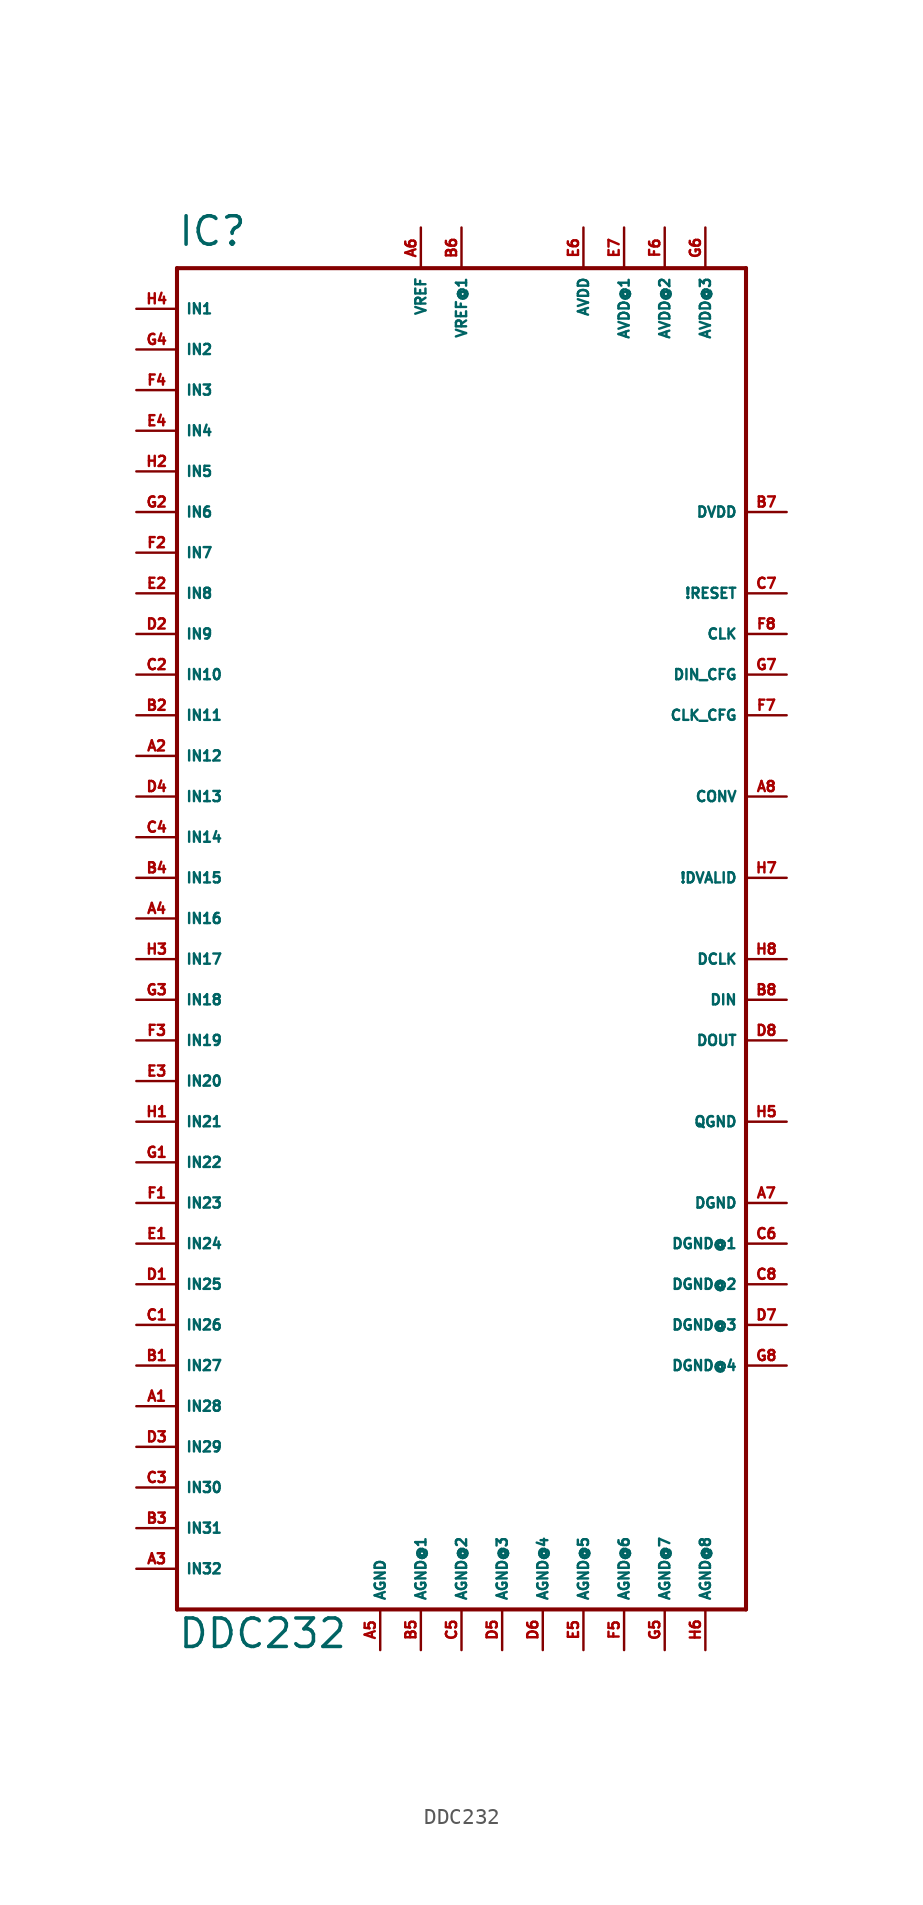
<source format=kicad_sym>
(kicad_symbol_lib
  (version 20220914)
  (generator Eagle2Kicad)
  (symbol "DDC232"
    (property "Reference" "IC"
      (at -17.78 41.91 0)
      (effects (font (size 1.778 1.778) (thickness 0.22)) (justify left bottom)))
    (property "Value" "DDC232"
      (at -17.78 -45.72 0)
      (effects (font (size 1.778 1.778) (thickness 0.22)) (justify left bottom)))
    (polyline
      (pts (xy -17.78 40.64) (xy 17.78 40.64))
      (stroke (width 0.254) (type default))
      (fill (type none)))
    (polyline
      (pts (xy 17.78 40.64) (xy 17.78 -43.18))
      (stroke (width 0.254) (type default))
      (fill (type none)))
    (polyline
      (pts (xy 17.78 -43.18) (xy -17.78 -43.18))
      (stroke (width 0.254) (type default))
      (fill (type none)))
    (polyline
      (pts (xy -17.78 -43.18) (xy -17.78 40.64))
      (stroke (width 0.254) (type default))
      (fill (type none)))
    (pin input line
      (at -20.32 38.1 0)
      (length 2.54)
      (name "IN1" (effects (font (size 0.635 0.635) (thickness 0.08)) (justify left bottom)))
      (number "H4" (effects (font (size 0.635 0.635) (thickness 0.08)) (justify left bottom))))
    (pin input line
      (at -20.32 35.56 0)
      (length 2.54)
      (name "IN2" (effects (font (size 0.635 0.635) (thickness 0.08)) (justify left bottom)))
      (number "G4" (effects (font (size 0.635 0.635) (thickness 0.08)) (justify left bottom))))
    (pin input line
      (at -20.32 33.02 0)
      (length 2.54)
      (name "IN3" (effects (font (size 0.635 0.635) (thickness 0.08)) (justify left bottom)))
      (number "F4" (effects (font (size 0.635 0.635) (thickness 0.08)) (justify left bottom))))
    (pin input line
      (at -20.32 30.48 0)
      (length 2.54)
      (name "IN4" (effects (font (size 0.635 0.635) (thickness 0.08)) (justify left bottom)))
      (number "E4" (effects (font (size 0.635 0.635) (thickness 0.08)) (justify left bottom))))
    (pin input line
      (at -20.32 27.94 0)
      (length 2.54)
      (name "IN5" (effects (font (size 0.635 0.635) (thickness 0.08)) (justify left bottom)))
      (number "H2" (effects (font (size 0.635 0.635) (thickness 0.08)) (justify left bottom))))
    (pin input line
      (at -20.32 25.4 0)
      (length 2.54)
      (name "IN6" (effects (font (size 0.635 0.635) (thickness 0.08)) (justify left bottom)))
      (number "G2" (effects (font (size 0.635 0.635) (thickness 0.08)) (justify left bottom))))
    (pin input line
      (at -20.32 22.86 0)
      (length 2.54)
      (name "IN7" (effects (font (size 0.635 0.635) (thickness 0.08)) (justify left bottom)))
      (number "F2" (effects (font (size 0.635 0.635) (thickness 0.08)) (justify left bottom))))
    (pin input line
      (at -20.32 20.32 0)
      (length 2.54)
      (name "IN8" (effects (font (size 0.635 0.635) (thickness 0.08)) (justify left bottom)))
      (number "E2" (effects (font (size 0.635 0.635) (thickness 0.08)) (justify left bottom))))
    (pin input line
      (at -20.32 17.78 0)
      (length 2.54)
      (name "IN9" (effects (font (size 0.635 0.635) (thickness 0.08)) (justify left bottom)))
      (number "D2" (effects (font (size 0.635 0.635) (thickness 0.08)) (justify left bottom))))
    (pin input line
      (at -20.32 15.24 0)
      (length 2.54)
      (name "IN10" (effects (font (size 0.635 0.635) (thickness 0.08)) (justify left bottom)))
      (number "C2" (effects (font (size 0.635 0.635) (thickness 0.08)) (justify left bottom))))
    (pin input line
      (at -20.32 12.7 0)
      (length 2.54)
      (name "IN11" (effects (font (size 0.635 0.635) (thickness 0.08)) (justify left bottom)))
      (number "B2" (effects (font (size 0.635 0.635) (thickness 0.08)) (justify left bottom))))
    (pin input line
      (at -20.32 10.16 0)
      (length 2.54)
      (name "IN12" (effects (font (size 0.635 0.635) (thickness 0.08)) (justify left bottom)))
      (number "A2" (effects (font (size 0.635 0.635) (thickness 0.08)) (justify left bottom))))
    (pin input line
      (at -20.32 7.62 0)
      (length 2.54)
      (name "IN13" (effects (font (size 0.635 0.635) (thickness 0.08)) (justify left bottom)))
      (number "D4" (effects (font (size 0.635 0.635) (thickness 0.08)) (justify left bottom))))
    (pin input line
      (at -20.32 5.08 0)
      (length 2.54)
      (name "IN14" (effects (font (size 0.635 0.635) (thickness 0.08)) (justify left bottom)))
      (number "C4" (effects (font (size 0.635 0.635) (thickness 0.08)) (justify left bottom))))
    (pin input line
      (at -20.32 2.54 0)
      (length 2.54)
      (name "IN15" (effects (font (size 0.635 0.635) (thickness 0.08)) (justify left bottom)))
      (number "B4" (effects (font (size 0.635 0.635) (thickness 0.08)) (justify left bottom))))
    (pin input line
      (at -20.32 0 0)
      (length 2.54)
      (name "IN16" (effects (font (size 0.635 0.635) (thickness 0.08)) (justify left bottom)))
      (number "A4" (effects (font (size 0.635 0.635) (thickness 0.08)) (justify left bottom))))
    (pin input line
      (at -20.32 -2.54 0)
      (length 2.54)
      (name "IN17" (effects (font (size 0.635 0.635) (thickness 0.08)) (justify left bottom)))
      (number "H3" (effects (font (size 0.635 0.635) (thickness 0.08)) (justify left bottom))))
    (pin input line
      (at -20.32 -5.08 0)
      (length 2.54)
      (name "IN18" (effects (font (size 0.635 0.635) (thickness 0.08)) (justify left bottom)))
      (number "G3" (effects (font (size 0.635 0.635) (thickness 0.08)) (justify left bottom))))
    (pin input line
      (at -20.32 -7.62 0)
      (length 2.54)
      (name "IN19" (effects (font (size 0.635 0.635) (thickness 0.08)) (justify left bottom)))
      (number "F3" (effects (font (size 0.635 0.635) (thickness 0.08)) (justify left bottom))))
    (pin input line
      (at -20.32 -10.16 0)
      (length 2.54)
      (name "IN20" (effects (font (size 0.635 0.635) (thickness 0.08)) (justify left bottom)))
      (number "E3" (effects (font (size 0.635 0.635) (thickness 0.08)) (justify left bottom))))
    (pin input line
      (at -20.32 -12.7 0)
      (length 2.54)
      (name "IN21" (effects (font (size 0.635 0.635) (thickness 0.08)) (justify left bottom)))
      (number "H1" (effects (font (size 0.635 0.635) (thickness 0.08)) (justify left bottom))))
    (pin input line
      (at -20.32 -15.24 0)
      (length 2.54)
      (name "IN22" (effects (font (size 0.635 0.635) (thickness 0.08)) (justify left bottom)))
      (number "G1" (effects (font (size 0.635 0.635) (thickness 0.08)) (justify left bottom))))
    (pin input line
      (at -20.32 -17.78 0)
      (length 2.54)
      (name "IN23" (effects (font (size 0.635 0.635) (thickness 0.08)) (justify left bottom)))
      (number "F1" (effects (font (size 0.635 0.635) (thickness 0.08)) (justify left bottom))))
    (pin input line
      (at -20.32 -20.32 0)
      (length 2.54)
      (name "IN24" (effects (font (size 0.635 0.635) (thickness 0.08)) (justify left bottom)))
      (number "E1" (effects (font (size 0.635 0.635) (thickness 0.08)) (justify left bottom))))
    (pin input line
      (at -20.32 -22.86 0)
      (length 2.54)
      (name "IN25" (effects (font (size 0.635 0.635) (thickness 0.08)) (justify left bottom)))
      (number "D1" (effects (font (size 0.635 0.635) (thickness 0.08)) (justify left bottom))))
    (pin input line
      (at -20.32 -25.4 0)
      (length 2.54)
      (name "IN26" (effects (font (size 0.635 0.635) (thickness 0.08)) (justify left bottom)))
      (number "C1" (effects (font (size 0.635 0.635) (thickness 0.08)) (justify left bottom))))
    (pin input line
      (at -20.32 -27.94 0)
      (length 2.54)
      (name "IN27" (effects (font (size 0.635 0.635) (thickness 0.08)) (justify left bottom)))
      (number "B1" (effects (font (size 0.635 0.635) (thickness 0.08)) (justify left bottom))))
    (pin input line
      (at -20.32 -30.48 0)
      (length 2.54)
      (name "IN28" (effects (font (size 0.635 0.635) (thickness 0.08)) (justify left bottom)))
      (number "A1" (effects (font (size 0.635 0.635) (thickness 0.08)) (justify left bottom))))
    (pin input line
      (at -20.32 -33.02 0)
      (length 2.54)
      (name "IN29" (effects (font (size 0.635 0.635) (thickness 0.08)) (justify left bottom)))
      (number "D3" (effects (font (size 0.635 0.635) (thickness 0.08)) (justify left bottom))))
    (pin input line
      (at -20.32 -35.56 0)
      (length 2.54)
      (name "IN30" (effects (font (size 0.635 0.635) (thickness 0.08)) (justify left bottom)))
      (number "C3" (effects (font (size 0.635 0.635) (thickness 0.08)) (justify left bottom))))
    (pin input line
      (at -20.32 -38.1 0)
      (length 2.54)
      (name "IN31" (effects (font (size 0.635 0.635) (thickness 0.08)) (justify left bottom)))
      (number "B3" (effects (font (size 0.635 0.635) (thickness 0.08)) (justify left bottom))))
    (pin input line
      (at -20.32 -40.64 0)
      (length 2.54)
      (name "IN32" (effects (font (size 0.635 0.635) (thickness 0.08)) (justify left bottom)))
      (number "A3" (effects (font (size 0.635 0.635) (thickness 0.08)) (justify left bottom))))
    (pin unspecified line
      (at 7.62 43.18 270)
      (length 2.54)
      (name "AVDD" (effects (font (size 0.635 0.635) (thickness 0.08)) (justify left bottom)))
      (number "E6" (effects (font (size 0.635 0.635) (thickness 0.08)) (justify left bottom))))
    (pin unspecified line
      (at -5.08 -45.72 90)
      (length 2.54)
      (name "AGND" (effects (font (size 0.635 0.635) (thickness 0.08)) (justify left bottom)))
      (number "A5" (effects (font (size 0.635 0.635) (thickness 0.08)) (justify left bottom))))
    (pin unspecified line
      (at 20.32 -17.78 180)
      (length 2.54)
      (name "DGND" (effects (font (size 0.635 0.635) (thickness 0.08)) (justify left bottom)))
      (number "A7" (effects (font (size 0.635 0.635) (thickness 0.08)) (justify left bottom))))
    (pin unspecified line
      (at 20.32 25.4 180)
      (length 2.54)
      (name "DVDD" (effects (font (size 0.635 0.635) (thickness 0.08)) (justify left bottom)))
      (number "B7" (effects (font (size 0.635 0.635) (thickness 0.08)) (justify left bottom))))
    (pin passive line
      (at -2.54 43.18 270)
      (length 2.54)
      (name "VREF" (effects (font (size 0.635 0.635) (thickness 0.08)) (justify left bottom)))
      (number "A6" (effects (font (size 0.635 0.635) (thickness 0.08)) (justify left bottom))))
    (pin input line
      (at 20.32 17.78 180)
      (length 2.54)
      (name "CLK" (effects (font (size 0.635 0.635) (thickness 0.08)) (justify left bottom)))
      (number "F8" (effects (font (size 0.635 0.635) (thickness 0.08)) (justify left bottom))))
    (pin input line
      (at 20.32 20.32 180)
      (length 2.54)
      (name "!RESET" (effects (font (size 0.635 0.635) (thickness 0.08)) (justify left bottom)))
      (number "C7" (effects (font (size 0.635 0.635) (thickness 0.08)) (justify left bottom))))
    (pin input line
      (at 20.32 15.24 180)
      (length 2.54)
      (name "DIN_CFG" (effects (font (size 0.635 0.635) (thickness 0.08)) (justify left bottom)))
      (number "G7" (effects (font (size 0.635 0.635) (thickness 0.08)) (justify left bottom))))
    (pin input line
      (at 20.32 12.7 180)
      (length 2.54)
      (name "CLK_CFG" (effects (font (size 0.635 0.635) (thickness 0.08)) (justify left bottom)))
      (number "F7" (effects (font (size 0.635 0.635) (thickness 0.08)) (justify left bottom))))
    (pin input line
      (at 20.32 7.62 180)
      (length 2.54)
      (name "CONV" (effects (font (size 0.635 0.635) (thickness 0.08)) (justify left bottom)))
      (number "A8" (effects (font (size 0.635 0.635) (thickness 0.08)) (justify left bottom))))
    (pin output line
      (at 20.32 2.54 180)
      (length 2.54)
      (name "!DVALID" (effects (font (size 0.635 0.635) (thickness 0.08)) (justify left bottom)))
      (number "H7" (effects (font (size 0.635 0.635) (thickness 0.08)) (justify left bottom))))
    (pin input line
      (at 20.32 -2.54 180)
      (length 2.54)
      (name "DCLK" (effects (font (size 0.635 0.635) (thickness 0.08)) (justify left bottom)))
      (number "H8" (effects (font (size 0.635 0.635) (thickness 0.08)) (justify left bottom))))
    (pin input line
      (at 20.32 -5.08 180)
      (length 2.54)
      (name "DIN" (effects (font (size 0.635 0.635) (thickness 0.08)) (justify left bottom)))
      (number "B8" (effects (font (size 0.635 0.635) (thickness 0.08)) (justify left bottom))))
    (pin output line
      (at 20.32 -7.62 180)
      (length 2.54)
      (name "DOUT" (effects (font (size 0.635 0.635) (thickness 0.08)) (justify left bottom)))
      (number "D8" (effects (font (size 0.635 0.635) (thickness 0.08)) (justify left bottom))))
    (pin passive line
      (at 0 43.18 270)
      (length 2.54)
      (name "VREF@1" (effects (font (size 0.635 0.635) (thickness 0.08)) (justify left bottom)))
      (number "B6" (effects (font (size 0.635 0.635) (thickness 0.08)) (justify left bottom))))
    (pin unspecified line
      (at 10.16 43.18 270)
      (length 2.54)
      (name "AVDD@1" (effects (font (size 0.635 0.635) (thickness 0.08)) (justify left bottom)))
      (number "E7" (effects (font (size 0.635 0.635) (thickness 0.08)) (justify left bottom))))
    (pin unspecified line
      (at 12.7 43.18 270)
      (length 2.54)
      (name "AVDD@2" (effects (font (size 0.635 0.635) (thickness 0.08)) (justify left bottom)))
      (number "F6" (effects (font (size 0.635 0.635) (thickness 0.08)) (justify left bottom))))
    (pin unspecified line
      (at 20.32 -20.32 180)
      (length 2.54)
      (name "DGND@1" (effects (font (size 0.635 0.635) (thickness 0.08)) (justify left bottom)))
      (number "C6" (effects (font (size 0.635 0.635) (thickness 0.08)) (justify left bottom))))
    (pin unspecified line
      (at 20.32 -22.86 180)
      (length 2.54)
      (name "DGND@2" (effects (font (size 0.635 0.635) (thickness 0.08)) (justify left bottom)))
      (number "C8" (effects (font (size 0.635 0.635) (thickness 0.08)) (justify left bottom))))
    (pin unspecified line
      (at 20.32 -25.4 180)
      (length 2.54)
      (name "DGND@3" (effects (font (size 0.635 0.635) (thickness 0.08)) (justify left bottom)))
      (number "D7" (effects (font (size 0.635 0.635) (thickness 0.08)) (justify left bottom))))
    (pin unspecified line
      (at 20.32 -27.94 180)
      (length 2.54)
      (name "DGND@4" (effects (font (size 0.635 0.635) (thickness 0.08)) (justify left bottom)))
      (number "G8" (effects (font (size 0.635 0.635) (thickness 0.08)) (justify left bottom))))
    (pin unspecified line
      (at -2.54 -45.72 90)
      (length 2.54)
      (name "AGND@1" (effects (font (size 0.635 0.635) (thickness 0.08)) (justify left bottom)))
      (number "B5" (effects (font (size 0.635 0.635) (thickness 0.08)) (justify left bottom))))
    (pin unspecified line
      (at 0 -45.72 90)
      (length 2.54)
      (name "AGND@2" (effects (font (size 0.635 0.635) (thickness 0.08)) (justify left bottom)))
      (number "C5" (effects (font (size 0.635 0.635) (thickness 0.08)) (justify left bottom))))
    (pin unspecified line
      (at 2.54 -45.72 90)
      (length 2.54)
      (name "AGND@3" (effects (font (size 0.635 0.635) (thickness 0.08)) (justify left bottom)))
      (number "D5" (effects (font (size 0.635 0.635) (thickness 0.08)) (justify left bottom))))
    (pin unspecified line
      (at 5.08 -45.72 90)
      (length 2.54)
      (name "AGND@4" (effects (font (size 0.635 0.635) (thickness 0.08)) (justify left bottom)))
      (number "D6" (effects (font (size 0.635 0.635) (thickness 0.08)) (justify left bottom))))
    (pin unspecified line
      (at 7.62 -45.72 90)
      (length 2.54)
      (name "AGND@5" (effects (font (size 0.635 0.635) (thickness 0.08)) (justify left bottom)))
      (number "E5" (effects (font (size 0.635 0.635) (thickness 0.08)) (justify left bottom))))
    (pin unspecified line
      (at 10.16 -45.72 90)
      (length 2.54)
      (name "AGND@6" (effects (font (size 0.635 0.635) (thickness 0.08)) (justify left bottom)))
      (number "F5" (effects (font (size 0.635 0.635) (thickness 0.08)) (justify left bottom))))
    (pin unspecified line
      (at 12.7 -45.72 90)
      (length 2.54)
      (name "AGND@7" (effects (font (size 0.635 0.635) (thickness 0.08)) (justify left bottom)))
      (number "G5" (effects (font (size 0.635 0.635) (thickness 0.08)) (justify left bottom))))
    (pin unspecified line
      (at 15.24 -45.72 90)
      (length 2.54)
      (name "AGND@8" (effects (font (size 0.635 0.635) (thickness 0.08)) (justify left bottom)))
      (number "H6" (effects (font (size 0.635 0.635) (thickness 0.08)) (justify left bottom))))
    (pin unspecified line
      (at 15.24 43.18 270)
      (length 2.54)
      (name "AVDD@3" (effects (font (size 0.635 0.635) (thickness 0.08)) (justify left bottom)))
      (number "G6" (effects (font (size 0.635 0.635) (thickness 0.08)) (justify left bottom))))
    (pin unspecified line
      (at 20.32 -12.7 180)
      (length 2.54)
      (name "QGND" (effects (font (size 0.635 0.635) (thickness 0.08)) (justify left bottom)))
      (number "H5" (effects (font (size 0.635 0.635) (thickness 0.08)) (justify left bottom))))))
</source>
